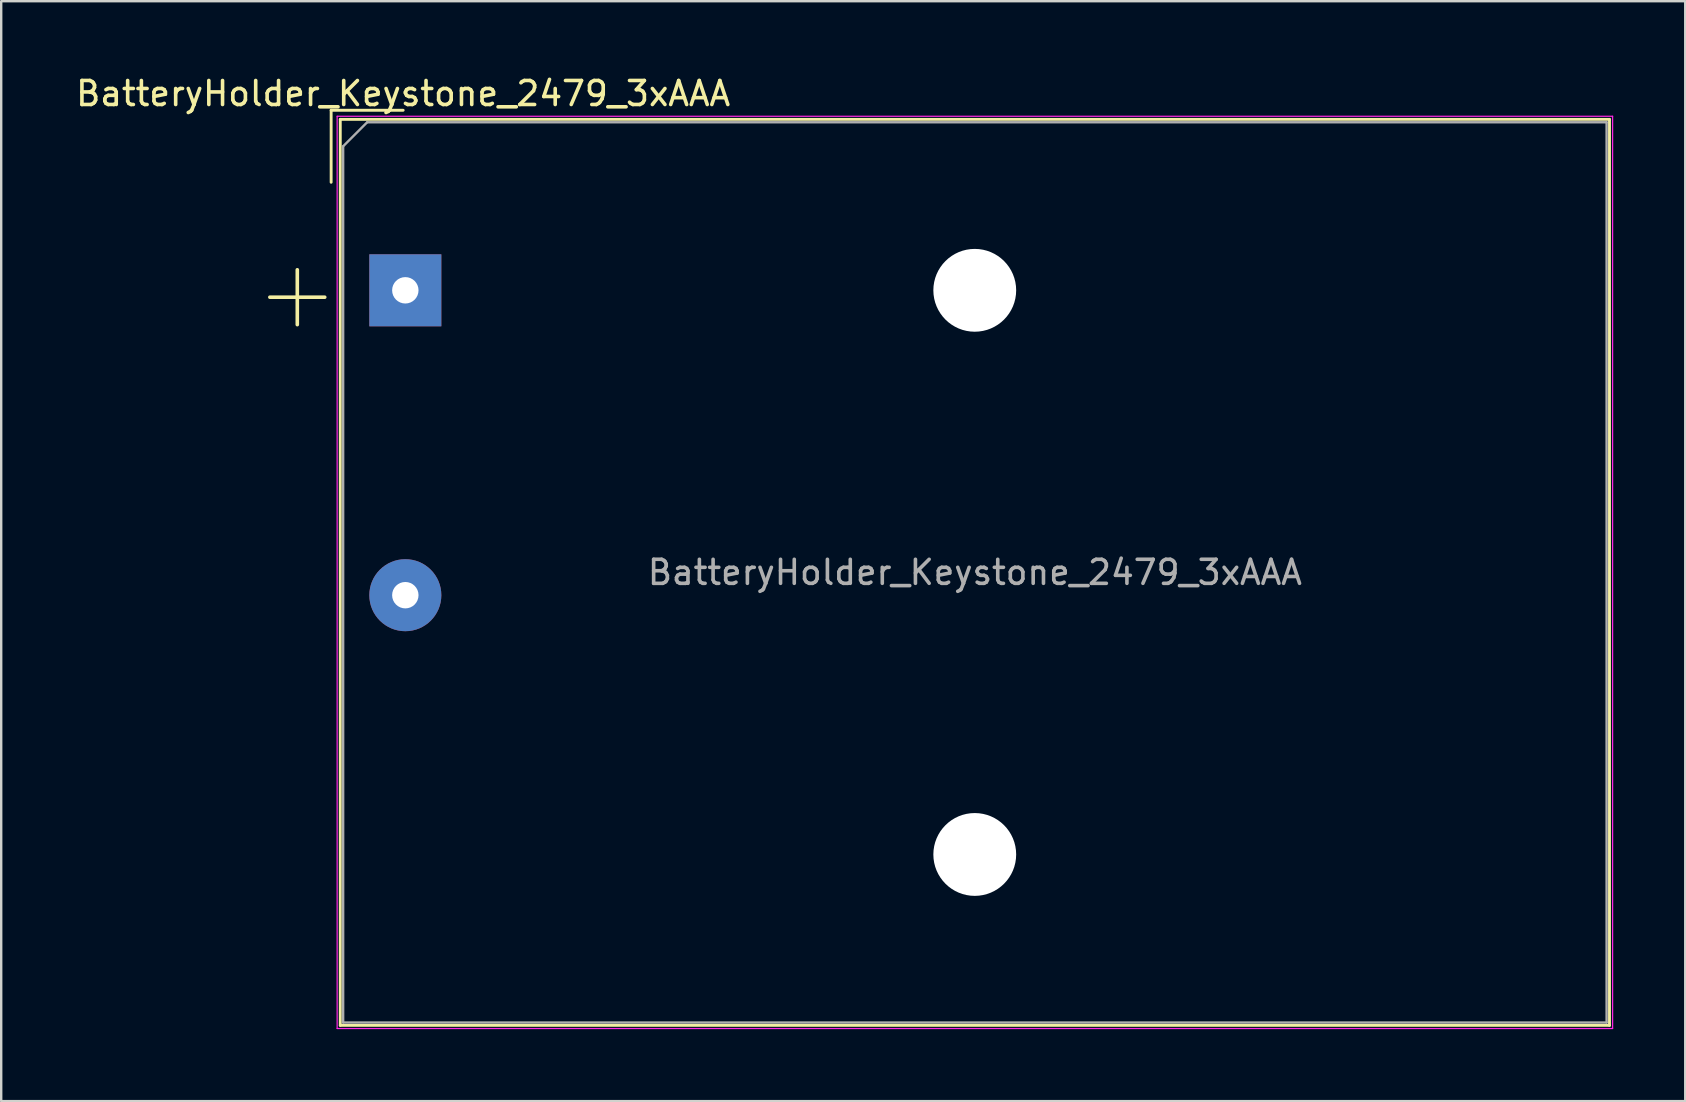
<source format=kicad_pcb>
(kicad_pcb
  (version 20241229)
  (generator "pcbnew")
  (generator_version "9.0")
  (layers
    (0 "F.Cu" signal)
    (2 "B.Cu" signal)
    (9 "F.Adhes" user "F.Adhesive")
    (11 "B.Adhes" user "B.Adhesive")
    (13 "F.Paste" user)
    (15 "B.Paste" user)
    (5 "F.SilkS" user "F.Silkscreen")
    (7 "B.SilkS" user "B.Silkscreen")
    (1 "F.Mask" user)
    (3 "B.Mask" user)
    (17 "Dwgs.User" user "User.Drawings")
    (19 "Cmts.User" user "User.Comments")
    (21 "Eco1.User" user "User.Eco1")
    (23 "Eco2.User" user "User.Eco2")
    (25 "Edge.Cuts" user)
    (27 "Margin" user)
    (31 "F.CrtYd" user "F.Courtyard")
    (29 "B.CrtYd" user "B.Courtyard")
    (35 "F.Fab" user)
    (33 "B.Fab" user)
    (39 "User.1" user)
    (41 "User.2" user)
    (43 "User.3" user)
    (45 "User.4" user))
  (footprint "BatteryHolder_Keystone_2479_3xAAA"
    (layer "F.Cu")
    (at 13.834 9.043)
    (property "Reference" "BatteryHolder_Keystone_2479_3xAAA" (at -0.09 -8.195 0) (layer "F.SilkS") (effects (font (size 1 1) (thickness 0.15))))
    (attr through_hole)
    (fp_line (start -3.09 -7.5) (end -0.09 -7.5) (stroke (width 0.12) (type solid)) (layer "F.SilkS"))
    (fp_line (start -3.09 -4.5) (end -3.09 -7.5) (stroke (width 0.12) (type solid)) (layer "F.SilkS"))
    (fp_line (start -2.71 -7.12) (end -2.71 30.62) (stroke (width 0.12) (type solid)) (layer "F.SilkS"))
    (fp_line (start -2.71 -7.12) (end 50.16 -7.12) (stroke (width 0.12) (type solid)) (layer "F.SilkS"))
    (fp_line (start -2.71 30.62) (end 50.16 30.62) (stroke (width 0.12) (type solid)) (layer "F.SilkS"))
    (fp_line (start 50.16 -7.12) (end 50.16 30.62) (stroke (width 0.12) (type solid)) (layer "F.SilkS"))
    (fp_line (start -2.84 -7.25) (end -2.84 30.75) (stroke (width 0.05) (type solid)) (layer "F.CrtYd"))
    (fp_line (start -2.84 -7.25) (end 50.29 -7.25) (stroke (width 0.05) (type solid)) (layer "F.CrtYd"))
    (fp_line (start -2.84 30.75) (end 50.29 30.75) (stroke (width 0.05) (type solid)) (layer "F.CrtYd"))
    (fp_line (start 50.29 -7.25) (end 50.29 30.75) (stroke (width 0.05) (type solid)) (layer "F.CrtYd"))
    (fp_line (start -2.59 -6) (end -1.59 -7) (stroke (width 0.1) (type solid)) (layer "F.Fab"))
    (fp_line (start -2.59 30.5) (end -2.59 -6) (stroke (width 0.1) (type solid)) (layer "F.Fab"))
    (fp_line (start -1.59 -7) (end 50.04 -7) (stroke (width 0.1) (type solid)) (layer "F.Fab"))
    (fp_line (start 50.04 -7) (end 50.04 30.5) (stroke (width 0.1) (type solid)) (layer "F.Fab"))
    (fp_line (start 50.04 30.5) (end -2.59 30.5) (stroke (width 0.1) (type solid)) (layer "F.Fab"))
    (fp_text user "+" (at -4.5 0.05 0) (layer "F.SilkS") (effects (font (size 3 3) (thickness 0.15))))
    (fp_text user "${REFERENCE}" (at 23.725 11.75 0) (layer "F.Fab") (effects (font (size 1 1) (thickness 0.15))))
    (pad "" np_thru_hole circle (at 23.72 0) (size 3.45 3.45) (drill 3.45) (layers "*.Cu" "*.Mask"))
    (pad "" np_thru_hole circle (at 23.72 23.5) (size 3.45 3.45) (drill 3.45) (layers "*.Cu" "*.Mask"))
    (pad "1" thru_hole rect (at 0 0) (size 3 3) (drill 1.1) (layers "*.Cu" "*.Mask"))
    (pad "2" thru_hole circle (at 0 12.7) (size 3 3) (drill 1.1) (layers "*.Cu" "*.Mask")))
  (gr_rect
    (start -3 -3)
    (end 67.149 42.818)
    (stroke (width 0.1) (type default))
    (fill no)
    (layer "Edge.Cuts")))
</source>
